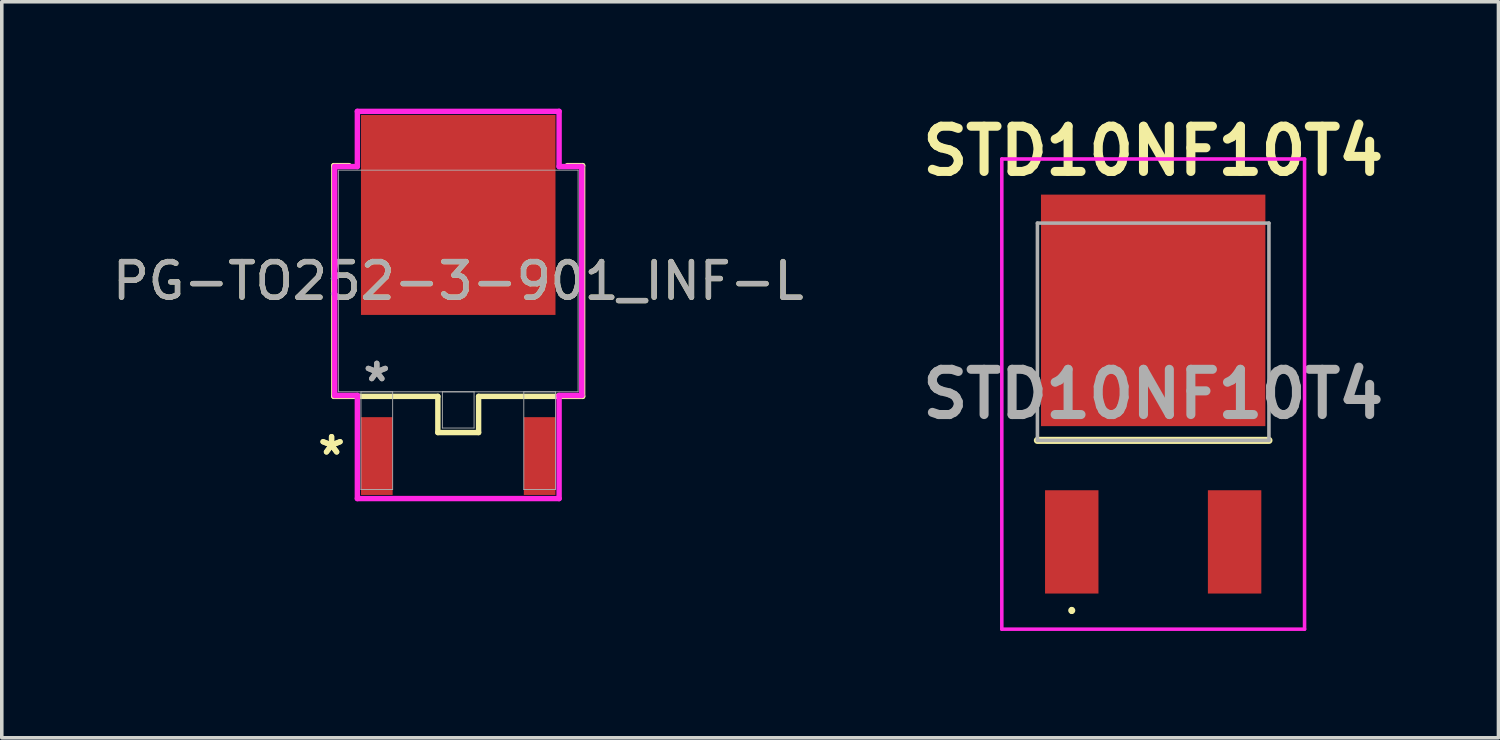
<source format=kicad_pcb>
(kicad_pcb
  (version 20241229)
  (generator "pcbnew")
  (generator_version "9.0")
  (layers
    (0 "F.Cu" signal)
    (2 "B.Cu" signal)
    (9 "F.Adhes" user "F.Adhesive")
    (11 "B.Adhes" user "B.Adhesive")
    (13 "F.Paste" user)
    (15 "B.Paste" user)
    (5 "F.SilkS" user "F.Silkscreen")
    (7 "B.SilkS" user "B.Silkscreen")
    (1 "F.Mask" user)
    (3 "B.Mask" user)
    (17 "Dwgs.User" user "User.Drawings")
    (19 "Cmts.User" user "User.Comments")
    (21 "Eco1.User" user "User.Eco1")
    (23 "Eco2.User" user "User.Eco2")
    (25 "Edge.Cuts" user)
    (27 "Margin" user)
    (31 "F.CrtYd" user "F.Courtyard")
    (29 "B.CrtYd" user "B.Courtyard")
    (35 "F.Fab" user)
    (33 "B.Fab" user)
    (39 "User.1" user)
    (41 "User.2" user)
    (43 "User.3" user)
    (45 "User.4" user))
  (footprint "STD10NF10T4"
    (layer "F.Cu")
    (at 29.326 7.689)
    (property "Reference" "STD10NF10T4" (at 0 -6.5 0) (layer "F.SilkS") (effects (font (size 1.27 1.27) (thickness 0.254))))
    (attr smd)
    (fp_line (start -3.25 1.625) (end 3.25 1.625) (stroke (width 0.2) (type solid)) (layer "F.SilkS"))
    (fp_line (start -2.286 6.35) (end -2.286 6.35) (stroke (width 0.1) (type solid)) (layer "F.SilkS"))
    (fp_line (start -2.286 6.45) (end -2.286 6.45) (stroke (width 0.1) (type solid)) (layer "F.SilkS"))
    (fp_arc (start -2.286 6.35) (mid -2.236 6.4) (end -2.286 6.45) (stroke (width 0.1) (type solid)) (layer "F.SilkS"))
    (fp_arc (start -2.286 6.45) (mid -2.336 6.4) (end -2.286 6.35) (stroke (width 0.1) (type solid)) (layer "F.SilkS"))
    (fp_line (start -4.25 -6.275) (end 4.25 -6.275) (stroke (width 0.1) (type solid)) (layer "F.CrtYd"))
    (fp_line (start -4.25 6.925) (end -4.25 -6.275) (stroke (width 0.1) (type solid)) (layer "F.CrtYd"))
    (fp_line (start 4.25 -6.275) (end 4.25 6.925) (stroke (width 0.1) (type solid)) (layer "F.CrtYd"))
    (fp_line (start 4.25 6.925) (end -4.25 6.925) (stroke (width 0.1) (type solid)) (layer "F.CrtYd"))
    (fp_line (start -3.25 -4.475) (end 3.25 -4.475) (stroke (width 0.1) (type solid)) (layer "F.Fab"))
    (fp_line (start -3.25 1.625) (end -3.25 -4.475) (stroke (width 0.1) (type solid)) (layer "F.Fab"))
    (fp_line (start 3.25 -4.475) (end 3.25 1.625) (stroke (width 0.1) (type solid)) (layer "F.Fab"))
    (fp_line (start 3.25 1.625) (end -3.25 1.625) (stroke (width 0.1) (type solid)) (layer "F.Fab"))
    (fp_text user "${REFERENCE}" (at 0 0.325 0) (layer "F.Fab") (effects (font (size 1.27 1.27) (thickness 0.254))))
    (pad "1" smd rect (at -2.286 4.475) (size 1.5 2.9) (layers "F.Cu" "F.Mask" "F.Paste"))
    (pad "2" smd rect (at 0 -2.025) (size 6.3 6.5) (layers "F.Cu" "F.Mask" "F.Paste"))
    (pad "3" smd rect (at 2.286 4.475) (size 1.5 2.9) (layers "F.Cu" "F.Mask" "F.Paste")))
  (footprint "PG-TO252-3-901_INF-L"
    (layer "F.Cu")
    (at 9.815 4.839)
    (property "Reference" "PG-TO252-3-901_INF-L" (at 0 0 0) (unlocked yes) (layer "F.SilkS") (effects (font (size 1 1) (thickness 0.15))))
    (attr smd)
    (fp_line (start -3.493 -3.239) (end -3.493 3.239) (stroke (width 0.152) (type solid)) (layer "F.SilkS"))
    (fp_line (start -3.493 3.239) (end -0.572 3.239) (stroke (width 0.152) (type solid)) (layer "F.SilkS"))
    (fp_line (start -3.063 -3.239) (end -3.493 -3.239) (stroke (width 0.152) (type solid)) (layer "F.SilkS"))
    (fp_line (start -0.572 3.239) (end -0.572 4.255) (stroke (width 0.152) (type solid)) (layer "F.SilkS"))
    (fp_line (start -0.572 4.255) (end 0.572 4.255) (stroke (width 0.152) (type solid)) (layer "F.SilkS"))
    (fp_line (start 0.572 3.239) (end 3.493 3.239) (stroke (width 0.152) (type solid)) (layer "F.SilkS"))
    (fp_line (start 0.572 4.255) (end 0.572 3.239) (stroke (width 0.152) (type solid)) (layer "F.SilkS"))
    (fp_line (start 3.493 -3.239) (end 3.063 -3.239) (stroke (width 0.152) (type solid)) (layer "F.SilkS"))
    (fp_line (start 3.493 3.239) (end 3.493 -3.239) (stroke (width 0.152) (type solid)) (layer "F.SilkS"))
    (fp_line (start -3.467 -3.213) (end -2.832 -3.213) (stroke (width 0.152) (type solid)) (layer "F.CrtYd"))
    (fp_line (start -3.467 3.213) (end -3.467 -3.213) (stroke (width 0.152) (type solid)) (layer "F.CrtYd"))
    (fp_line (start -2.832 -4.763) (end 2.832 -4.763) (stroke (width 0.152) (type solid)) (layer "F.CrtYd"))
    (fp_line (start -2.832 -3.213) (end -2.832 -4.763) (stroke (width 0.152) (type solid)) (layer "F.CrtYd"))
    (fp_line (start -2.832 3.213) (end -3.467 3.213) (stroke (width 0.152) (type solid)) (layer "F.CrtYd"))
    (fp_line (start -2.832 6.109) (end -2.832 3.213) (stroke (width 0.152) (type solid)) (layer "F.CrtYd"))
    (fp_line (start 2.832 -4.763) (end 2.832 -3.213) (stroke (width 0.152) (type solid)) (layer "F.CrtYd"))
    (fp_line (start 2.832 -3.213) (end 3.467 -3.213) (stroke (width 0.152) (type solid)) (layer "F.CrtYd"))
    (fp_line (start 2.832 3.213) (end 2.832 6.109) (stroke (width 0.152) (type solid)) (layer "F.CrtYd"))
    (fp_line (start 2.832 6.109) (end -2.832 6.109) (stroke (width 0.152) (type solid)) (layer "F.CrtYd"))
    (fp_line (start 3.467 -3.213) (end 3.467 3.213) (stroke (width 0.152) (type solid)) (layer "F.CrtYd"))
    (fp_line (start 3.467 3.213) (end 2.832 3.213) (stroke (width 0.152) (type solid)) (layer "F.CrtYd"))
    (fp_line (start -3.365 -3.111) (end -3.365 3.111) (stroke (width 0.025) (type solid)) (layer "F.Fab"))
    (fp_line (start -3.365 3.111) (end 3.365 3.111) (stroke (width 0.025) (type solid)) (layer "F.Fab"))
    (fp_line (start -2.731 3.111) (end -2.731 5.855) (stroke (width 0.025) (type solid)) (layer "F.Fab"))
    (fp_line (start -2.731 5.855) (end -1.841 5.855) (stroke (width 0.025) (type solid)) (layer "F.Fab"))
    (fp_line (start -1.841 3.111) (end -2.731 3.111) (stroke (width 0.025) (type solid)) (layer "F.Fab"))
    (fp_line (start -1.841 5.855) (end -1.841 3.111) (stroke (width 0.025) (type solid)) (layer "F.Fab"))
    (fp_line (start -0.445 3.111) (end -0.445 4.128) (stroke (width 0.025) (type solid)) (layer "F.Fab"))
    (fp_line (start -0.445 4.128) (end 0.445 4.128) (stroke (width 0.025) (type solid)) (layer "F.Fab"))
    (fp_line (start 0.445 3.111) (end -0.445 3.111) (stroke (width 0.025) (type solid)) (layer "F.Fab"))
    (fp_line (start 0.445 4.128) (end 0.445 3.111) (stroke (width 0.025) (type solid)) (layer "F.Fab"))
    (fp_line (start 1.841 3.111) (end 1.841 5.855) (stroke (width 0.025) (type solid)) (layer "F.Fab"))
    (fp_line (start 1.841 5.855) (end 2.731 5.855) (stroke (width 0.025) (type solid)) (layer "F.Fab"))
    (fp_line (start 2.731 3.111) (end 1.841 3.111) (stroke (width 0.025) (type solid)) (layer "F.Fab"))
    (fp_line (start 2.731 5.855) (end 2.731 3.111) (stroke (width 0.025) (type solid)) (layer "F.Fab"))
    (fp_line (start 3.365 -3.111) (end -3.365 -3.111) (stroke (width 0.025) (type solid)) (layer "F.Fab"))
    (fp_line (start 3.365 3.111) (end 3.365 -3.111) (stroke (width 0.025) (type solid)) (layer "F.Fab"))
    (fp_text user "*" (at -3.556 4.915 0) (unlocked yes) (layer "F.SilkS") (effects (font (size 1 1) (thickness 0.15))))
    (fp_text user "*" (at -3.556 4.915 0) (layer "F.SilkS") (effects (font (size 1 1) (thickness 0.15))))
    (fp_text user "*" (at -2.286 2.857 0) (layer "F.Fab") (effects (font (size 1 1) (thickness 0.15))))
    (fp_text user "*" (at -2.286 2.857 0) (unlocked yes) (layer "F.Fab") (effects (font (size 1 1) (thickness 0.15))))
    (fp_text user "${REFERENCE}" (at 0 0 0) (unlocked yes) (layer "F.Fab") (effects (font (size 1 1) (thickness 0.15))))
    (pad "1" smd rect (at -2.286 4.915) (size 0.889 2.184) (layers "F.Cu" "F.Mask" "F.Paste"))
    (pad "2" smd rect (at 0 -1.854) (size 5.461 5.613) (layers "F.Cu" "F.Mask" "F.Paste"))
    (pad "3" smd rect (at 2.286 4.915) (size 0.889 2.184) (layers "F.Cu" "F.Mask" "F.Paste")))
  (gr_rect
    (start -3 -3)
    (end 39.02 17.664)
    (stroke (width 0.1) (type default))
    (fill no)
    (layer "Edge.Cuts")))
</source>
